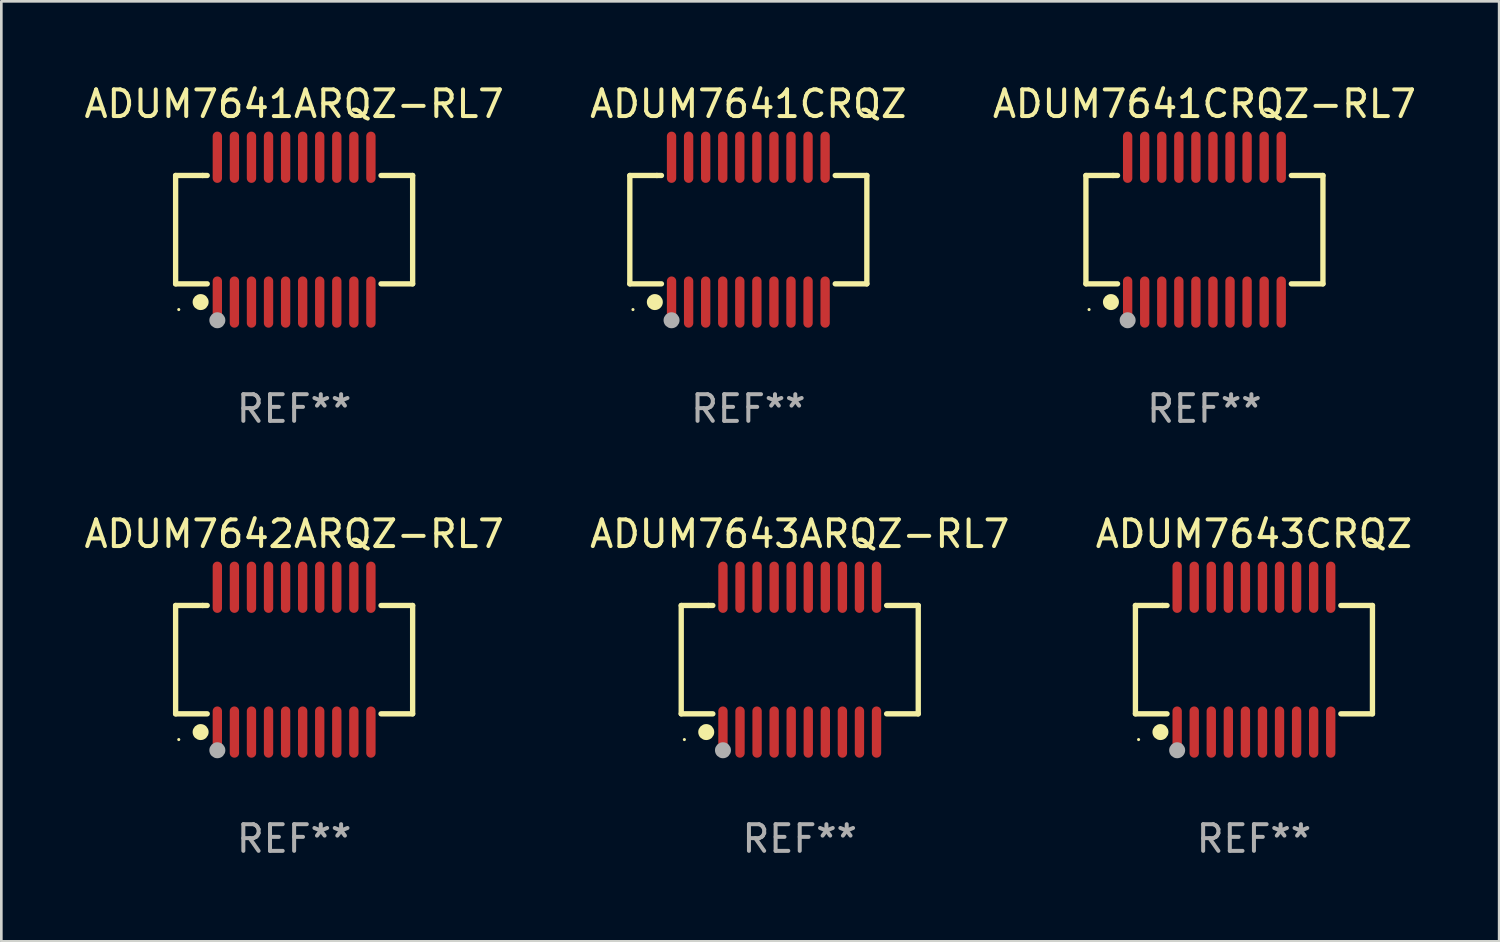
<source format=kicad_pcb>
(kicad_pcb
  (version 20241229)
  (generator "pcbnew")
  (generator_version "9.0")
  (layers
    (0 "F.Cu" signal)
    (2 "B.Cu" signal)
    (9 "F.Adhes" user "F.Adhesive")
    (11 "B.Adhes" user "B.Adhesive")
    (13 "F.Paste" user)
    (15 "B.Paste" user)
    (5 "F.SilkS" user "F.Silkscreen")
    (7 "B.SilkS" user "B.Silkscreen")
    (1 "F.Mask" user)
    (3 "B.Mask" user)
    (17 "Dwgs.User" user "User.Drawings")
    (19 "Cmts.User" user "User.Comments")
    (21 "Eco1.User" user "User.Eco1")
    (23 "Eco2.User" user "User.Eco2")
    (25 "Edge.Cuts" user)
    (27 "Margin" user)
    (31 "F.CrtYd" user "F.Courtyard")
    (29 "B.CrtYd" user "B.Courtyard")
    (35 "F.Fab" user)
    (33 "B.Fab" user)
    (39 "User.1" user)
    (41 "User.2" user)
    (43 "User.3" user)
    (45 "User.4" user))
  (footprint "ADUM7642ARQZ-RL7"
    (layer "F.Cu")
    (at 7.982 21.692)
    (property "Reference" "ADUM7642ARQZ-RL7" (at 0 -4.716 0) (layer "F.SilkS") (effects (font (size 1 1) (thickness 0.15))))
    (attr through_hole)
    (fp_line (start -4.445 -2.032) (end -4.445 2.032) (stroke (width 0.2) (type solid)) (layer "F.SilkS"))
    (fp_line (start -4.445 2.032) (end -3.259 2.032) (stroke (width 0.2) (type solid)) (layer "F.SilkS"))
    (fp_line (start -3.429 -2.032) (end -4.445 -2.032) (stroke (width 0.2) (type solid)) (layer "F.SilkS"))
    (fp_line (start -3.259 -2.032) (end -3.429 -2.032) (stroke (width 0.2) (type solid)) (layer "F.SilkS"))
    (fp_line (start 3.259 2.032) (end 4.445 2.032) (stroke (width 0.2) (type solid)) (layer "F.SilkS"))
    (fp_line (start 4.445 -2.032) (end 3.259 -2.032) (stroke (width 0.2) (type solid)) (layer "F.SilkS"))
    (fp_line (start 4.445 2.032) (end 4.445 -2.032) (stroke (width 0.2) (type solid)) (layer "F.SilkS"))
    (fp_circle (center -4.327 2.997) (end -4.297 2.997) (stroke (width 0.06) (type solid)) (fill no) (layer "F.SilkS"))
    (fp_circle (center -3.507 2.716) (end -3.357 2.716) (stroke (width 0.3) (type solid)) (fill no) (layer "F.SilkS"))
    (fp_circle (center -2.88 3.398) (end -2.73 3.398) (stroke (width 0.3) (type solid)) (fill no) (layer "F.Fab"))
    (fp_text user "REF**" (at 0 6.716 0) (layer "F.Fab") (effects (font (size 1 1) (thickness 0.15))))
    (pad "1" smd oval (at -2.88 2.716) (size 0.35 1.922) (layers "F.Cu" "F.Mask" "F.Paste"))
    (pad "2" smd oval (at -2.24 2.716) (size 0.35 1.922) (layers "F.Cu" "F.Mask" "F.Paste"))
    (pad "3" smd oval (at -1.6 2.716) (size 0.35 1.922) (layers "F.Cu" "F.Mask" "F.Paste"))
    (pad "4" smd oval (at -0.96 2.716) (size 0.35 1.922) (layers "F.Cu" "F.Mask" "F.Paste"))
    (pad "5" smd oval (at -0.32 2.716) (size 0.35 1.922) (layers "F.Cu" "F.Mask" "F.Paste"))
    (pad "6" smd oval (at 0.32 2.716) (size 0.35 1.922) (layers "F.Cu" "F.Mask" "F.Paste"))
    (pad "7" smd oval (at 0.96 2.716) (size 0.35 1.922) (layers "F.Cu" "F.Mask" "F.Paste"))
    (pad "8" smd oval (at 1.6 2.716) (size 0.35 1.922) (layers "F.Cu" "F.Mask" "F.Paste"))
    (pad "9" smd oval (at 2.24 2.716) (size 0.35 1.922) (layers "F.Cu" "F.Mask" "F.Paste"))
    (pad "10" smd oval (at 2.88 2.716) (size 0.35 1.922) (layers "F.Cu" "F.Mask" "F.Paste"))
    (pad "11" smd oval (at 2.88 -2.716) (size 0.35 1.922) (layers "F.Cu" "F.Mask" "F.Paste"))
    (pad "12" smd oval (at 2.24 -2.716) (size 0.35 1.922) (layers "F.Cu" "F.Mask" "F.Paste"))
    (pad "13" smd oval (at 1.6 -2.716) (size 0.35 1.922) (layers "F.Cu" "F.Mask" "F.Paste"))
    (pad "14" smd oval (at 0.96 -2.716) (size 0.35 1.922) (layers "F.Cu" "F.Mask" "F.Paste"))
    (pad "15" smd oval (at 0.32 -2.716) (size 0.35 1.922) (layers "F.Cu" "F.Mask" "F.Paste"))
    (pad "16" smd oval (at -0.32 -2.716) (size 0.35 1.922) (layers "F.Cu" "F.Mask" "F.Paste"))
    (pad "17" smd oval (at -0.96 -2.716) (size 0.35 1.922) (layers "F.Cu" "F.Mask" "F.Paste"))
    (pad "18" smd oval (at -1.6 -2.716) (size 0.35 1.922) (layers "F.Cu" "F.Mask" "F.Paste"))
    (pad "19" smd oval (at -2.24 -2.716) (size 0.35 1.922) (layers "F.Cu" "F.Mask" "F.Paste"))
    (pad "20" smd oval (at -2.88 -2.716) (size 0.35 1.922) (layers "F.Cu" "F.Mask" "F.Paste")))
  (footprint "ADUM7641ARQZ-RL7"
    (layer "F.Cu")
    (at 7.982 5.564)
    (property "Reference" "ADUM7641ARQZ-RL7" (at 0 -4.716 0) (layer "F.SilkS") (effects (font (size 1 1) (thickness 0.15))))
    (attr through_hole)
    (fp_line (start -4.445 -2.032) (end -4.445 2.032) (stroke (width 0.2) (type solid)) (layer "F.SilkS"))
    (fp_line (start -4.445 2.032) (end -3.259 2.032) (stroke (width 0.2) (type solid)) (layer "F.SilkS"))
    (fp_line (start -3.429 -2.032) (end -4.445 -2.032) (stroke (width 0.2) (type solid)) (layer "F.SilkS"))
    (fp_line (start -3.259 -2.032) (end -3.429 -2.032) (stroke (width 0.2) (type solid)) (layer "F.SilkS"))
    (fp_line (start 3.259 2.032) (end 4.445 2.032) (stroke (width 0.2) (type solid)) (layer "F.SilkS"))
    (fp_line (start 4.445 -2.032) (end 3.259 -2.032) (stroke (width 0.2) (type solid)) (layer "F.SilkS"))
    (fp_line (start 4.445 2.032) (end 4.445 -2.032) (stroke (width 0.2) (type solid)) (layer "F.SilkS"))
    (fp_circle (center -4.327 2.997) (end -4.297 2.997) (stroke (width 0.06) (type solid)) (fill no) (layer "F.SilkS"))
    (fp_circle (center -3.507 2.716) (end -3.357 2.716) (stroke (width 0.3) (type solid)) (fill no) (layer "F.SilkS"))
    (fp_circle (center -2.88 3.398) (end -2.73 3.398) (stroke (width 0.3) (type solid)) (fill no) (layer "F.Fab"))
    (fp_text user "REF**" (at 0 6.716 0) (layer "F.Fab") (effects (font (size 1 1) (thickness 0.15))))
    (pad "1" smd oval (at -2.88 2.716) (size 0.35 1.922) (layers "F.Cu" "F.Mask" "F.Paste"))
    (pad "2" smd oval (at -2.24 2.716) (size 0.35 1.922) (layers "F.Cu" "F.Mask" "F.Paste"))
    (pad "3" smd oval (at -1.6 2.716) (size 0.35 1.922) (layers "F.Cu" "F.Mask" "F.Paste"))
    (pad "4" smd oval (at -0.96 2.716) (size 0.35 1.922) (layers "F.Cu" "F.Mask" "F.Paste"))
    (pad "5" smd oval (at -0.32 2.716) (size 0.35 1.922) (layers "F.Cu" "F.Mask" "F.Paste"))
    (pad "6" smd oval (at 0.32 2.716) (size 0.35 1.922) (layers "F.Cu" "F.Mask" "F.Paste"))
    (pad "7" smd oval (at 0.96 2.716) (size 0.35 1.922) (layers "F.Cu" "F.Mask" "F.Paste"))
    (pad "8" smd oval (at 1.6 2.716) (size 0.35 1.922) (layers "F.Cu" "F.Mask" "F.Paste"))
    (pad "9" smd oval (at 2.24 2.716) (size 0.35 1.922) (layers "F.Cu" "F.Mask" "F.Paste"))
    (pad "10" smd oval (at 2.88 2.716) (size 0.35 1.922) (layers "F.Cu" "F.Mask" "F.Paste"))
    (pad "11" smd oval (at 2.88 -2.716) (size 0.35 1.922) (layers "F.Cu" "F.Mask" "F.Paste"))
    (pad "12" smd oval (at 2.24 -2.716) (size 0.35 1.922) (layers "F.Cu" "F.Mask" "F.Paste"))
    (pad "13" smd oval (at 1.6 -2.716) (size 0.35 1.922) (layers "F.Cu" "F.Mask" "F.Paste"))
    (pad "14" smd oval (at 0.96 -2.716) (size 0.35 1.922) (layers "F.Cu" "F.Mask" "F.Paste"))
    (pad "15" smd oval (at 0.32 -2.716) (size 0.35 1.922) (layers "F.Cu" "F.Mask" "F.Paste"))
    (pad "16" smd oval (at -0.32 -2.716) (size 0.35 1.922) (layers "F.Cu" "F.Mask" "F.Paste"))
    (pad "17" smd oval (at -0.96 -2.716) (size 0.35 1.922) (layers "F.Cu" "F.Mask" "F.Paste"))
    (pad "18" smd oval (at -1.6 -2.716) (size 0.35 1.922) (layers "F.Cu" "F.Mask" "F.Paste"))
    (pad "19" smd oval (at -2.24 -2.716) (size 0.35 1.922) (layers "F.Cu" "F.Mask" "F.Paste"))
    (pad "20" smd oval (at -2.88 -2.716) (size 0.35 1.922) (layers "F.Cu" "F.Mask" "F.Paste")))
  (footprint "ADUM7643ARQZ-RL7"
    (layer "F.Cu")
    (at 26.946 21.692)
    (property "Reference" "ADUM7643ARQZ-RL7" (at 0 -4.716 0) (layer "F.SilkS") (effects (font (size 1 1) (thickness 0.15))))
    (attr through_hole)
    (fp_line (start -4.445 -2.032) (end -4.445 2.032) (stroke (width 0.2) (type solid)) (layer "F.SilkS"))
    (fp_line (start -4.445 2.032) (end -3.259 2.032) (stroke (width 0.2) (type solid)) (layer "F.SilkS"))
    (fp_line (start -3.429 -2.032) (end -4.445 -2.032) (stroke (width 0.2) (type solid)) (layer "F.SilkS"))
    (fp_line (start -3.259 -2.032) (end -3.429 -2.032) (stroke (width 0.2) (type solid)) (layer "F.SilkS"))
    (fp_line (start 3.259 2.032) (end 4.445 2.032) (stroke (width 0.2) (type solid)) (layer "F.SilkS"))
    (fp_line (start 4.445 -2.032) (end 3.259 -2.032) (stroke (width 0.2) (type solid)) (layer "F.SilkS"))
    (fp_line (start 4.445 2.032) (end 4.445 -2.032) (stroke (width 0.2) (type solid)) (layer "F.SilkS"))
    (fp_circle (center -4.327 2.997) (end -4.297 2.997) (stroke (width 0.06) (type solid)) (fill no) (layer "F.SilkS"))
    (fp_circle (center -3.507 2.716) (end -3.357 2.716) (stroke (width 0.3) (type solid)) (fill no) (layer "F.SilkS"))
    (fp_circle (center -2.88 3.398) (end -2.73 3.398) (stroke (width 0.3) (type solid)) (fill no) (layer "F.Fab"))
    (fp_text user "REF**" (at 0 6.716 0) (layer "F.Fab") (effects (font (size 1 1) (thickness 0.15))))
    (pad "1" smd oval (at -2.88 2.716) (size 0.35 1.922) (layers "F.Cu" "F.Mask" "F.Paste"))
    (pad "2" smd oval (at -2.24 2.716) (size 0.35 1.922) (layers "F.Cu" "F.Mask" "F.Paste"))
    (pad "3" smd oval (at -1.6 2.716) (size 0.35 1.922) (layers "F.Cu" "F.Mask" "F.Paste"))
    (pad "4" smd oval (at -0.96 2.716) (size 0.35 1.922) (layers "F.Cu" "F.Mask" "F.Paste"))
    (pad "5" smd oval (at -0.32 2.716) (size 0.35 1.922) (layers "F.Cu" "F.Mask" "F.Paste"))
    (pad "6" smd oval (at 0.32 2.716) (size 0.35 1.922) (layers "F.Cu" "F.Mask" "F.Paste"))
    (pad "7" smd oval (at 0.96 2.716) (size 0.35 1.922) (layers "F.Cu" "F.Mask" "F.Paste"))
    (pad "8" smd oval (at 1.6 2.716) (size 0.35 1.922) (layers "F.Cu" "F.Mask" "F.Paste"))
    (pad "9" smd oval (at 2.24 2.716) (size 0.35 1.922) (layers "F.Cu" "F.Mask" "F.Paste"))
    (pad "10" smd oval (at 2.88 2.716) (size 0.35 1.922) (layers "F.Cu" "F.Mask" "F.Paste"))
    (pad "11" smd oval (at 2.88 -2.716) (size 0.35 1.922) (layers "F.Cu" "F.Mask" "F.Paste"))
    (pad "12" smd oval (at 2.24 -2.716) (size 0.35 1.922) (layers "F.Cu" "F.Mask" "F.Paste"))
    (pad "13" smd oval (at 1.6 -2.716) (size 0.35 1.922) (layers "F.Cu" "F.Mask" "F.Paste"))
    (pad "14" smd oval (at 0.96 -2.716) (size 0.35 1.922) (layers "F.Cu" "F.Mask" "F.Paste"))
    (pad "15" smd oval (at 0.32 -2.716) (size 0.35 1.922) (layers "F.Cu" "F.Mask" "F.Paste"))
    (pad "16" smd oval (at -0.32 -2.716) (size 0.35 1.922) (layers "F.Cu" "F.Mask" "F.Paste"))
    (pad "17" smd oval (at -0.96 -2.716) (size 0.35 1.922) (layers "F.Cu" "F.Mask" "F.Paste"))
    (pad "18" smd oval (at -1.6 -2.716) (size 0.35 1.922) (layers "F.Cu" "F.Mask" "F.Paste"))
    (pad "19" smd oval (at -2.24 -2.716) (size 0.35 1.922) (layers "F.Cu" "F.Mask" "F.Paste"))
    (pad "20" smd oval (at -2.88 -2.716) (size 0.35 1.922) (layers "F.Cu" "F.Mask" "F.Paste")))
  (footprint "ADUM7641CRQZ-RL7"
    (layer "F.Cu")
    (at 42.125 5.564)
    (property "Reference" "ADUM7641CRQZ-RL7" (at 0 -4.716 0) (layer "F.SilkS") (effects (font (size 1 1) (thickness 0.15))))
    (attr through_hole)
    (fp_line (start -4.445 -2.032) (end -4.445 2.032) (stroke (width 0.2) (type solid)) (layer "F.SilkS"))
    (fp_line (start -4.445 2.032) (end -3.259 2.032) (stroke (width 0.2) (type solid)) (layer "F.SilkS"))
    (fp_line (start -3.429 -2.032) (end -4.445 -2.032) (stroke (width 0.2) (type solid)) (layer "F.SilkS"))
    (fp_line (start -3.259 -2.032) (end -3.429 -2.032) (stroke (width 0.2) (type solid)) (layer "F.SilkS"))
    (fp_line (start 3.259 2.032) (end 4.445 2.032) (stroke (width 0.2) (type solid)) (layer "F.SilkS"))
    (fp_line (start 4.445 -2.032) (end 3.259 -2.032) (stroke (width 0.2) (type solid)) (layer "F.SilkS"))
    (fp_line (start 4.445 2.032) (end 4.445 -2.032) (stroke (width 0.2) (type solid)) (layer "F.SilkS"))
    (fp_circle (center -4.327 2.997) (end -4.297 2.997) (stroke (width 0.06) (type solid)) (fill no) (layer "F.SilkS"))
    (fp_circle (center -3.507 2.716) (end -3.357 2.716) (stroke (width 0.3) (type solid)) (fill no) (layer "F.SilkS"))
    (fp_circle (center -2.88 3.398) (end -2.73 3.398) (stroke (width 0.3) (type solid)) (fill no) (layer "F.Fab"))
    (fp_text user "REF**" (at 0 6.716 0) (layer "F.Fab") (effects (font (size 1 1) (thickness 0.15))))
    (pad "1" smd oval (at -2.88 2.716) (size 0.35 1.922) (layers "F.Cu" "F.Mask" "F.Paste"))
    (pad "2" smd oval (at -2.24 2.716) (size 0.35 1.922) (layers "F.Cu" "F.Mask" "F.Paste"))
    (pad "3" smd oval (at -1.6 2.716) (size 0.35 1.922) (layers "F.Cu" "F.Mask" "F.Paste"))
    (pad "4" smd oval (at -0.96 2.716) (size 0.35 1.922) (layers "F.Cu" "F.Mask" "F.Paste"))
    (pad "5" smd oval (at -0.32 2.716) (size 0.35 1.922) (layers "F.Cu" "F.Mask" "F.Paste"))
    (pad "6" smd oval (at 0.32 2.716) (size 0.35 1.922) (layers "F.Cu" "F.Mask" "F.Paste"))
    (pad "7" smd oval (at 0.96 2.716) (size 0.35 1.922) (layers "F.Cu" "F.Mask" "F.Paste"))
    (pad "8" smd oval (at 1.6 2.716) (size 0.35 1.922) (layers "F.Cu" "F.Mask" "F.Paste"))
    (pad "9" smd oval (at 2.24 2.716) (size 0.35 1.922) (layers "F.Cu" "F.Mask" "F.Paste"))
    (pad "10" smd oval (at 2.88 2.716) (size 0.35 1.922) (layers "F.Cu" "F.Mask" "F.Paste"))
    (pad "11" smd oval (at 2.88 -2.716) (size 0.35 1.922) (layers "F.Cu" "F.Mask" "F.Paste"))
    (pad "12" smd oval (at 2.24 -2.716) (size 0.35 1.922) (layers "F.Cu" "F.Mask" "F.Paste"))
    (pad "13" smd oval (at 1.6 -2.716) (size 0.35 1.922) (layers "F.Cu" "F.Mask" "F.Paste"))
    (pad "14" smd oval (at 0.96 -2.716) (size 0.35 1.922) (layers "F.Cu" "F.Mask" "F.Paste"))
    (pad "15" smd oval (at 0.32 -2.716) (size 0.35 1.922) (layers "F.Cu" "F.Mask" "F.Paste"))
    (pad "16" smd oval (at -0.32 -2.716) (size 0.35 1.922) (layers "F.Cu" "F.Mask" "F.Paste"))
    (pad "17" smd oval (at -0.96 -2.716) (size 0.35 1.922) (layers "F.Cu" "F.Mask" "F.Paste"))
    (pad "18" smd oval (at -1.6 -2.716) (size 0.35 1.922) (layers "F.Cu" "F.Mask" "F.Paste"))
    (pad "19" smd oval (at -2.24 -2.716) (size 0.35 1.922) (layers "F.Cu" "F.Mask" "F.Paste"))
    (pad "20" smd oval (at -2.88 -2.716) (size 0.35 1.922) (layers "F.Cu" "F.Mask" "F.Paste")))
  (footprint "ADUM7641CRQZ"
    (layer "F.Cu")
    (at 25.018 5.564)
    (property "Reference" "ADUM7641CRQZ" (at 0 -4.716 0) (layer "F.SilkS") (effects (font (size 1 1) (thickness 0.15))))
    (attr through_hole)
    (fp_line (start -4.445 -2.032) (end -4.445 2.032) (stroke (width 0.2) (type solid)) (layer "F.SilkS"))
    (fp_line (start -4.445 2.032) (end -3.259 2.032) (stroke (width 0.2) (type solid)) (layer "F.SilkS"))
    (fp_line (start -3.429 -2.032) (end -4.445 -2.032) (stroke (width 0.2) (type solid)) (layer "F.SilkS"))
    (fp_line (start -3.259 -2.032) (end -3.429 -2.032) (stroke (width 0.2) (type solid)) (layer "F.SilkS"))
    (fp_line (start 3.259 2.032) (end 4.445 2.032) (stroke (width 0.2) (type solid)) (layer "F.SilkS"))
    (fp_line (start 4.445 -2.032) (end 3.259 -2.032) (stroke (width 0.2) (type solid)) (layer "F.SilkS"))
    (fp_line (start 4.445 2.032) (end 4.445 -2.032) (stroke (width 0.2) (type solid)) (layer "F.SilkS"))
    (fp_circle (center -4.327 2.997) (end -4.297 2.997) (stroke (width 0.06) (type solid)) (fill no) (layer "F.SilkS"))
    (fp_circle (center -3.507 2.716) (end -3.357 2.716) (stroke (width 0.3) (type solid)) (fill no) (layer "F.SilkS"))
    (fp_circle (center -2.88 3.398) (end -2.73 3.398) (stroke (width 0.3) (type solid)) (fill no) (layer "F.Fab"))
    (fp_text user "REF**" (at 0 6.716 0) (layer "F.Fab") (effects (font (size 1 1) (thickness 0.15))))
    (pad "1" smd oval (at -2.88 2.716) (size 0.35 1.922) (layers "F.Cu" "F.Mask" "F.Paste"))
    (pad "2" smd oval (at -2.24 2.716) (size 0.35 1.922) (layers "F.Cu" "F.Mask" "F.Paste"))
    (pad "3" smd oval (at -1.6 2.716) (size 0.35 1.922) (layers "F.Cu" "F.Mask" "F.Paste"))
    (pad "4" smd oval (at -0.96 2.716) (size 0.35 1.922) (layers "F.Cu" "F.Mask" "F.Paste"))
    (pad "5" smd oval (at -0.32 2.716) (size 0.35 1.922) (layers "F.Cu" "F.Mask" "F.Paste"))
    (pad "6" smd oval (at 0.32 2.716) (size 0.35 1.922) (layers "F.Cu" "F.Mask" "F.Paste"))
    (pad "7" smd oval (at 0.96 2.716) (size 0.35 1.922) (layers "F.Cu" "F.Mask" "F.Paste"))
    (pad "8" smd oval (at 1.6 2.716) (size 0.35 1.922) (layers "F.Cu" "F.Mask" "F.Paste"))
    (pad "9" smd oval (at 2.24 2.716) (size 0.35 1.922) (layers "F.Cu" "F.Mask" "F.Paste"))
    (pad "10" smd oval (at 2.88 2.716) (size 0.35 1.922) (layers "F.Cu" "F.Mask" "F.Paste"))
    (pad "11" smd oval (at 2.88 -2.716) (size 0.35 1.922) (layers "F.Cu" "F.Mask" "F.Paste"))
    (pad "12" smd oval (at 2.24 -2.716) (size 0.35 1.922) (layers "F.Cu" "F.Mask" "F.Paste"))
    (pad "13" smd oval (at 1.6 -2.716) (size 0.35 1.922) (layers "F.Cu" "F.Mask" "F.Paste"))
    (pad "14" smd oval (at 0.96 -2.716) (size 0.35 1.922) (layers "F.Cu" "F.Mask" "F.Paste"))
    (pad "15" smd oval (at 0.32 -2.716) (size 0.35 1.922) (layers "F.Cu" "F.Mask" "F.Paste"))
    (pad "16" smd oval (at -0.32 -2.716) (size 0.35 1.922) (layers "F.Cu" "F.Mask" "F.Paste"))
    (pad "17" smd oval (at -0.96 -2.716) (size 0.35 1.922) (layers "F.Cu" "F.Mask" "F.Paste"))
    (pad "18" smd oval (at -1.6 -2.716) (size 0.35 1.922) (layers "F.Cu" "F.Mask" "F.Paste"))
    (pad "19" smd oval (at -2.24 -2.716) (size 0.35 1.922) (layers "F.Cu" "F.Mask" "F.Paste"))
    (pad "20" smd oval (at -2.88 -2.716) (size 0.35 1.922) (layers "F.Cu" "F.Mask" "F.Paste")))
  (footprint "ADUM7643CRQZ"
    (layer "F.Cu")
    (at 43.982 21.692)
    (property "Reference" "ADUM7643CRQZ" (at 0 -4.716 0) (layer "F.SilkS") (effects (font (size 1 1) (thickness 0.15))))
    (attr through_hole)
    (fp_line (start -4.445 -2.032) (end -4.445 2.032) (stroke (width 0.2) (type solid)) (layer "F.SilkS"))
    (fp_line (start -4.445 2.032) (end -3.259 2.032) (stroke (width 0.2) (type solid)) (layer "F.SilkS"))
    (fp_line (start -3.429 -2.032) (end -4.445 -2.032) (stroke (width 0.2) (type solid)) (layer "F.SilkS"))
    (fp_line (start -3.259 -2.032) (end -3.429 -2.032) (stroke (width 0.2) (type solid)) (layer "F.SilkS"))
    (fp_line (start 3.259 2.032) (end 4.445 2.032) (stroke (width 0.2) (type solid)) (layer "F.SilkS"))
    (fp_line (start 4.445 -2.032) (end 3.259 -2.032) (stroke (width 0.2) (type solid)) (layer "F.SilkS"))
    (fp_line (start 4.445 2.032) (end 4.445 -2.032) (stroke (width 0.2) (type solid)) (layer "F.SilkS"))
    (fp_circle (center -4.327 2.997) (end -4.297 2.997) (stroke (width 0.06) (type solid)) (fill no) (layer "F.SilkS"))
    (fp_circle (center -3.507 2.716) (end -3.357 2.716) (stroke (width 0.3) (type solid)) (fill no) (layer "F.SilkS"))
    (fp_circle (center -2.88 3.398) (end -2.73 3.398) (stroke (width 0.3) (type solid)) (fill no) (layer "F.Fab"))
    (fp_text user "REF**" (at 0 6.716 0) (layer "F.Fab") (effects (font (size 1 1) (thickness 0.15))))
    (pad "1" smd oval (at -2.88 2.716) (size 0.35 1.922) (layers "F.Cu" "F.Mask" "F.Paste"))
    (pad "2" smd oval (at -2.24 2.716) (size 0.35 1.922) (layers "F.Cu" "F.Mask" "F.Paste"))
    (pad "3" smd oval (at -1.6 2.716) (size 0.35 1.922) (layers "F.Cu" "F.Mask" "F.Paste"))
    (pad "4" smd oval (at -0.96 2.716) (size 0.35 1.922) (layers "F.Cu" "F.Mask" "F.Paste"))
    (pad "5" smd oval (at -0.32 2.716) (size 0.35 1.922) (layers "F.Cu" "F.Mask" "F.Paste"))
    (pad "6" smd oval (at 0.32 2.716) (size 0.35 1.922) (layers "F.Cu" "F.Mask" "F.Paste"))
    (pad "7" smd oval (at 0.96 2.716) (size 0.35 1.922) (layers "F.Cu" "F.Mask" "F.Paste"))
    (pad "8" smd oval (at 1.6 2.716) (size 0.35 1.922) (layers "F.Cu" "F.Mask" "F.Paste"))
    (pad "9" smd oval (at 2.24 2.716) (size 0.35 1.922) (layers "F.Cu" "F.Mask" "F.Paste"))
    (pad "10" smd oval (at 2.88 2.716) (size 0.35 1.922) (layers "F.Cu" "F.Mask" "F.Paste"))
    (pad "11" smd oval (at 2.88 -2.716) (size 0.35 1.922) (layers "F.Cu" "F.Mask" "F.Paste"))
    (pad "12" smd oval (at 2.24 -2.716) (size 0.35 1.922) (layers "F.Cu" "F.Mask" "F.Paste"))
    (pad "13" smd oval (at 1.6 -2.716) (size 0.35 1.922) (layers "F.Cu" "F.Mask" "F.Paste"))
    (pad "14" smd oval (at 0.96 -2.716) (size 0.35 1.922) (layers "F.Cu" "F.Mask" "F.Paste"))
    (pad "15" smd oval (at 0.32 -2.716) (size 0.35 1.922) (layers "F.Cu" "F.Mask" "F.Paste"))
    (pad "16" smd oval (at -0.32 -2.716) (size 0.35 1.922) (layers "F.Cu" "F.Mask" "F.Paste"))
    (pad "17" smd oval (at -0.96 -2.716) (size 0.35 1.922) (layers "F.Cu" "F.Mask" "F.Paste"))
    (pad "18" smd oval (at -1.6 -2.716) (size 0.35 1.922) (layers "F.Cu" "F.Mask" "F.Paste"))
    (pad "19" smd oval (at -2.24 -2.716) (size 0.35 1.922) (layers "F.Cu" "F.Mask" "F.Paste"))
    (pad "20" smd oval (at -2.88 -2.716) (size 0.35 1.922) (layers "F.Cu" "F.Mask" "F.Paste")))
  (gr_rect
    (start -3 -3)
    (end 53.179 32.256)
    (stroke (width 0.1) (type default))
    (fill no)
    (layer "Edge.Cuts")))
</source>
